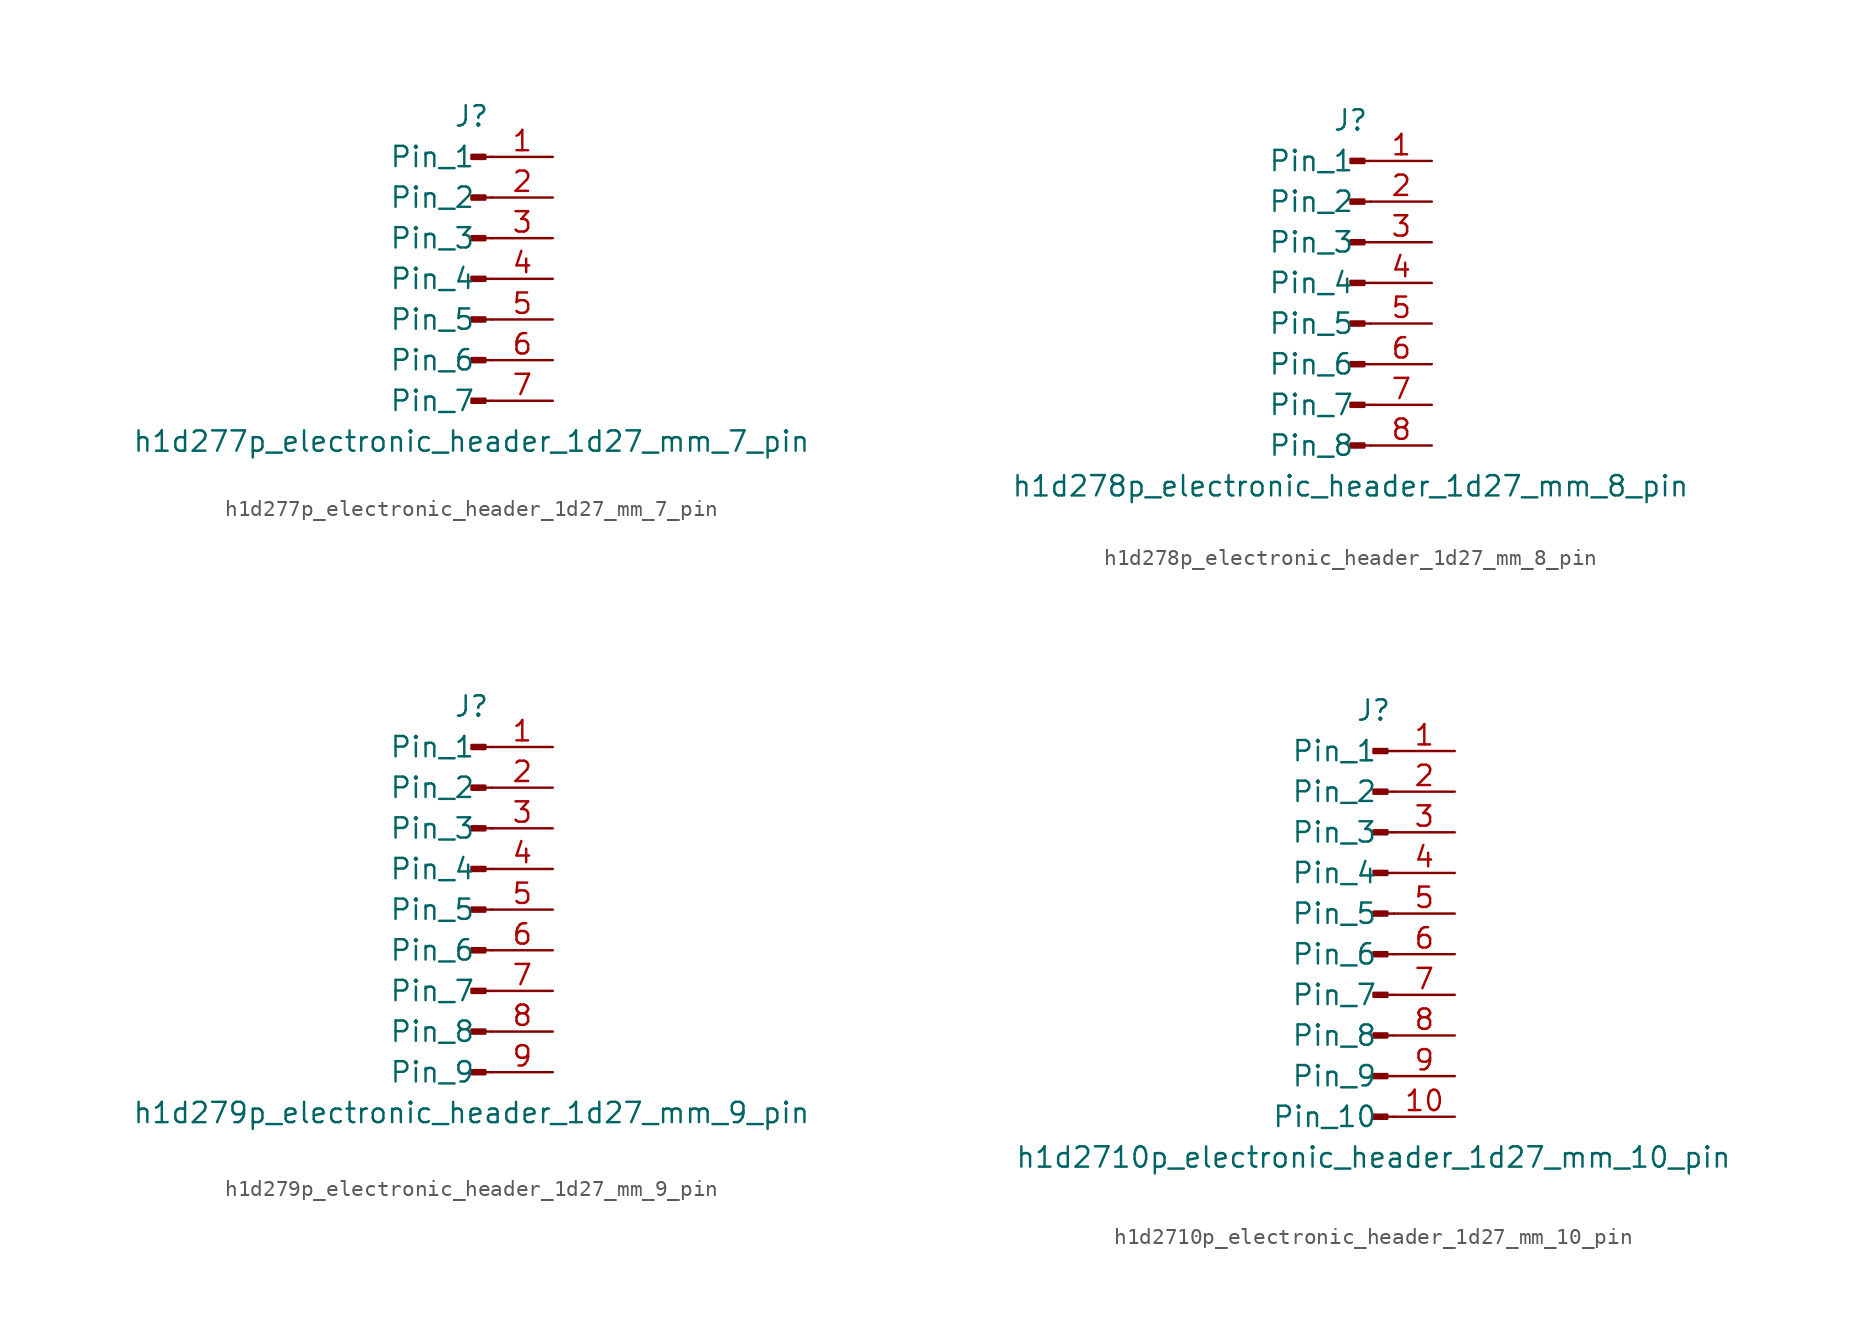
<source format=kicad_sym>
(kicad_symbol_lib
  (version 20220914)
  (generator kicad_symbol_editor)
  (symbol "h1d277p_electronic_header_1d27_mm_7_pin"
    (pin_names
      (offset 1.016))
    (property "Reference" "J"
      (at 0 10.16 0)
      (effects (font (size 1.27 1.27))))
    (property "Value" "h1d277p_electronic_header_1d27_mm_7_pin"
      (at 0 -10.16 0)
      (effects (font (size 1.27 1.27))))
    (property "ki_locked" ""
      (at 0 0 0)
      (effects (font (size 1.27 1.27))))
    (symbol "h1d277p_electronic_header_1d27_mm_7_pin_1_1"
      (polyline (pts (xy 1.27 -7.62) (xy 0.864 -7.62)) (stroke (width 0.152) (type default)) (fill (type none)))
      (polyline (pts (xy 1.27 -5.08) (xy 0.864 -5.08)) (stroke (width 0.152) (type default)) (fill (type none)))
      (polyline (pts (xy 1.27 -2.54) (xy 0.864 -2.54)) (stroke (width 0.152) (type default)) (fill (type none)))
      (polyline (pts (xy 1.27 0) (xy 0.864 0)) (stroke (width 0.152) (type default)) (fill (type none)))
      (polyline (pts (xy 1.27 2.54) (xy 0.864 2.54)) (stroke (width 0.152) (type default)) (fill (type none)))
      (polyline (pts (xy 1.27 5.08) (xy 0.864 5.08)) (stroke (width 0.152) (type default)) (fill (type none)))
      (polyline (pts (xy 1.27 7.62) (xy 0.864 7.62)) (stroke (width 0.152) (type default)) (fill (type none)))
      (rectangle (start 0.864 -7.493) (end 0 -7.747) (stroke (width 0.152) (type default)) (fill (type outline)))
      (rectangle (start 0.864 -4.953) (end 0 -5.207) (stroke (width 0.152) (type default)) (fill (type outline)))
      (rectangle (start 0.864 -2.413) (end 0 -2.667) (stroke (width 0.152) (type default)) (fill (type outline)))
      (rectangle (start 0.864 0.127) (end 0 -0.127) (stroke (width 0.152) (type default)) (fill (type outline)))
      (rectangle (start 0.864 2.667) (end 0 2.413) (stroke (width 0.152) (type default)) (fill (type outline)))
      (rectangle (start 0.864 5.207) (end 0 4.953) (stroke (width 0.152) (type default)) (fill (type outline)))
      (rectangle (start 0.864 7.747) (end 0 7.493) (stroke (width 0.152) (type default)) (fill (type outline)))
      (pin passive line (at 5.08 7.62 180) (length 3.81) (name "Pin_1" (effects (font (size 1.27 1.27)))) (number "1" (effects (font (size 1.27 1.27)))))
      (pin passive line (at 5.08 5.08 180) (length 3.81) (name "Pin_2" (effects (font (size 1.27 1.27)))) (number "2" (effects (font (size 1.27 1.27)))))
      (pin passive line (at 5.08 2.54 180) (length 3.81) (name "Pin_3" (effects (font (size 1.27 1.27)))) (number "3" (effects (font (size 1.27 1.27)))))
      (pin passive line (at 5.08 0 180) (length 3.81) (name "Pin_4" (effects (font (size 1.27 1.27)))) (number "4" (effects (font (size 1.27 1.27)))))
      (pin passive line (at 5.08 -2.54 180) (length 3.81) (name "Pin_5" (effects (font (size 1.27 1.27)))) (number "5" (effects (font (size 1.27 1.27)))))
      (pin passive line (at 5.08 -5.08 180) (length 3.81) (name "Pin_6" (effects (font (size 1.27 1.27)))) (number "6" (effects (font (size 1.27 1.27)))))
      (pin passive line (at 5.08 -7.62 180) (length 3.81) (name "Pin_7" (effects (font (size 1.27 1.27)))) (number "7" (effects (font (size 1.27 1.27)))))))
  (symbol "h1d278p_electronic_header_1d27_mm_8_pin"
    (pin_names
      (offset 1.016))
    (property "Reference" "J"
      (at 0 10.16 0)
      (effects (font (size 1.27 1.27))))
    (property "Value" "h1d278p_electronic_header_1d27_mm_8_pin"
      (at 0 -12.7 0)
      (effects (font (size 1.27 1.27))))
    (property "ki_locked" ""
      (at 0 0 0)
      (effects (font (size 1.27 1.27))))
    (symbol "h1d278p_electronic_header_1d27_mm_8_pin_1_1"
      (polyline (pts (xy 1.27 -10.16) (xy 0.864 -10.16)) (stroke (width 0.152) (type default)) (fill (type none)))
      (polyline (pts (xy 1.27 -7.62) (xy 0.864 -7.62)) (stroke (width 0.152) (type default)) (fill (type none)))
      (polyline (pts (xy 1.27 -5.08) (xy 0.864 -5.08)) (stroke (width 0.152) (type default)) (fill (type none)))
      (polyline (pts (xy 1.27 -2.54) (xy 0.864 -2.54)) (stroke (width 0.152) (type default)) (fill (type none)))
      (polyline (pts (xy 1.27 0) (xy 0.864 0)) (stroke (width 0.152) (type default)) (fill (type none)))
      (polyline (pts (xy 1.27 2.54) (xy 0.864 2.54)) (stroke (width 0.152) (type default)) (fill (type none)))
      (polyline (pts (xy 1.27 5.08) (xy 0.864 5.08)) (stroke (width 0.152) (type default)) (fill (type none)))
      (polyline (pts (xy 1.27 7.62) (xy 0.864 7.62)) (stroke (width 0.152) (type default)) (fill (type none)))
      (rectangle (start 0.864 -10.033) (end 0 -10.287) (stroke (width 0.152) (type default)) (fill (type outline)))
      (rectangle (start 0.864 -7.493) (end 0 -7.747) (stroke (width 0.152) (type default)) (fill (type outline)))
      (rectangle (start 0.864 -4.953) (end 0 -5.207) (stroke (width 0.152) (type default)) (fill (type outline)))
      (rectangle (start 0.864 -2.413) (end 0 -2.667) (stroke (width 0.152) (type default)) (fill (type outline)))
      (rectangle (start 0.864 0.127) (end 0 -0.127) (stroke (width 0.152) (type default)) (fill (type outline)))
      (rectangle (start 0.864 2.667) (end 0 2.413) (stroke (width 0.152) (type default)) (fill (type outline)))
      (rectangle (start 0.864 5.207) (end 0 4.953) (stroke (width 0.152) (type default)) (fill (type outline)))
      (rectangle (start 0.864 7.747) (end 0 7.493) (stroke (width 0.152) (type default)) (fill (type outline)))
      (pin passive line (at 5.08 7.62 180) (length 3.81) (name "Pin_1" (effects (font (size 1.27 1.27)))) (number "1" (effects (font (size 1.27 1.27)))))
      (pin passive line (at 5.08 5.08 180) (length 3.81) (name "Pin_2" (effects (font (size 1.27 1.27)))) (number "2" (effects (font (size 1.27 1.27)))))
      (pin passive line (at 5.08 2.54 180) (length 3.81) (name "Pin_3" (effects (font (size 1.27 1.27)))) (number "3" (effects (font (size 1.27 1.27)))))
      (pin passive line (at 5.08 0 180) (length 3.81) (name "Pin_4" (effects (font (size 1.27 1.27)))) (number "4" (effects (font (size 1.27 1.27)))))
      (pin passive line (at 5.08 -2.54 180) (length 3.81) (name "Pin_5" (effects (font (size 1.27 1.27)))) (number "5" (effects (font (size 1.27 1.27)))))
      (pin passive line (at 5.08 -5.08 180) (length 3.81) (name "Pin_6" (effects (font (size 1.27 1.27)))) (number "6" (effects (font (size 1.27 1.27)))))
      (pin passive line (at 5.08 -7.62 180) (length 3.81) (name "Pin_7" (effects (font (size 1.27 1.27)))) (number "7" (effects (font (size 1.27 1.27)))))
      (pin passive line (at 5.08 -10.16 180) (length 3.81) (name "Pin_8" (effects (font (size 1.27 1.27)))) (number "8" (effects (font (size 1.27 1.27)))))))
  (symbol "h1d279p_electronic_header_1d27_mm_9_pin"
    (pin_names
      (offset 1.016))
    (property "Reference" "J"
      (at 0 12.7 0)
      (effects (font (size 1.27 1.27))))
    (property "Value" "h1d279p_electronic_header_1d27_mm_9_pin"
      (at 0 -12.7 0)
      (effects (font (size 1.27 1.27))))
    (property "ki_locked" ""
      (at 0 0 0)
      (effects (font (size 1.27 1.27))))
    (symbol "h1d279p_electronic_header_1d27_mm_9_pin_1_1"
      (polyline (pts (xy 1.27 -10.16) (xy 0.864 -10.16)) (stroke (width 0.152) (type default)) (fill (type none)))
      (polyline (pts (xy 1.27 -7.62) (xy 0.864 -7.62)) (stroke (width 0.152) (type default)) (fill (type none)))
      (polyline (pts (xy 1.27 -5.08) (xy 0.864 -5.08)) (stroke (width 0.152) (type default)) (fill (type none)))
      (polyline (pts (xy 1.27 -2.54) (xy 0.864 -2.54)) (stroke (width 0.152) (type default)) (fill (type none)))
      (polyline (pts (xy 1.27 0) (xy 0.864 0)) (stroke (width 0.152) (type default)) (fill (type none)))
      (polyline (pts (xy 1.27 2.54) (xy 0.864 2.54)) (stroke (width 0.152) (type default)) (fill (type none)))
      (polyline (pts (xy 1.27 5.08) (xy 0.864 5.08)) (stroke (width 0.152) (type default)) (fill (type none)))
      (polyline (pts (xy 1.27 7.62) (xy 0.864 7.62)) (stroke (width 0.152) (type default)) (fill (type none)))
      (polyline (pts (xy 1.27 10.16) (xy 0.864 10.16)) (stroke (width 0.152) (type default)) (fill (type none)))
      (rectangle (start 0.864 -10.033) (end 0 -10.287) (stroke (width 0.152) (type default)) (fill (type outline)))
      (rectangle (start 0.864 -7.493) (end 0 -7.747) (stroke (width 0.152) (type default)) (fill (type outline)))
      (rectangle (start 0.864 -4.953) (end 0 -5.207) (stroke (width 0.152) (type default)) (fill (type outline)))
      (rectangle (start 0.864 -2.413) (end 0 -2.667) (stroke (width 0.152) (type default)) (fill (type outline)))
      (rectangle (start 0.864 0.127) (end 0 -0.127) (stroke (width 0.152) (type default)) (fill (type outline)))
      (rectangle (start 0.864 2.667) (end 0 2.413) (stroke (width 0.152) (type default)) (fill (type outline)))
      (rectangle (start 0.864 5.207) (end 0 4.953) (stroke (width 0.152) (type default)) (fill (type outline)))
      (rectangle (start 0.864 7.747) (end 0 7.493) (stroke (width 0.152) (type default)) (fill (type outline)))
      (rectangle (start 0.864 10.287) (end 0 10.033) (stroke (width 0.152) (type default)) (fill (type outline)))
      (pin passive line (at 5.08 10.16 180) (length 3.81) (name "Pin_1" (effects (font (size 1.27 1.27)))) (number "1" (effects (font (size 1.27 1.27)))))
      (pin passive line (at 5.08 7.62 180) (length 3.81) (name "Pin_2" (effects (font (size 1.27 1.27)))) (number "2" (effects (font (size 1.27 1.27)))))
      (pin passive line (at 5.08 5.08 180) (length 3.81) (name "Pin_3" (effects (font (size 1.27 1.27)))) (number "3" (effects (font (size 1.27 1.27)))))
      (pin passive line (at 5.08 2.54 180) (length 3.81) (name "Pin_4" (effects (font (size 1.27 1.27)))) (number "4" (effects (font (size 1.27 1.27)))))
      (pin passive line (at 5.08 0 180) (length 3.81) (name "Pin_5" (effects (font (size 1.27 1.27)))) (number "5" (effects (font (size 1.27 1.27)))))
      (pin passive line (at 5.08 -2.54 180) (length 3.81) (name "Pin_6" (effects (font (size 1.27 1.27)))) (number "6" (effects (font (size 1.27 1.27)))))
      (pin passive line (at 5.08 -5.08 180) (length 3.81) (name "Pin_7" (effects (font (size 1.27 1.27)))) (number "7" (effects (font (size 1.27 1.27)))))
      (pin passive line (at 5.08 -7.62 180) (length 3.81) (name "Pin_8" (effects (font (size 1.27 1.27)))) (number "8" (effects (font (size 1.27 1.27)))))
      (pin passive line (at 5.08 -10.16 180) (length 3.81) (name "Pin_9" (effects (font (size 1.27 1.27)))) (number "9" (effects (font (size 1.27 1.27)))))))
  (symbol "h1d2710p_electronic_header_1d27_mm_10_pin"
    (pin_names
      (offset 1.016))
    (property "Reference" "J"
      (at 0 12.7 0)
      (effects (font (size 1.27 1.27))))
    (property "Value" "h1d2710p_electronic_header_1d27_mm_10_pin"
      (at 0 -15.24 0)
      (effects (font (size 1.27 1.27))))
    (property "ki_locked" ""
      (at 0 0 0)
      (effects (font (size 1.27 1.27))))
    (symbol "h1d2710p_electronic_header_1d27_mm_10_pin_1_1"
      (polyline (pts (xy 1.27 -12.7) (xy 0.864 -12.7)) (stroke (width 0.152) (type default)) (fill (type none)))
      (polyline (pts (xy 1.27 -10.16) (xy 0.864 -10.16)) (stroke (width 0.152) (type default)) (fill (type none)))
      (polyline (pts (xy 1.27 -7.62) (xy 0.864 -7.62)) (stroke (width 0.152) (type default)) (fill (type none)))
      (polyline (pts (xy 1.27 -5.08) (xy 0.864 -5.08)) (stroke (width 0.152) (type default)) (fill (type none)))
      (polyline (pts (xy 1.27 -2.54) (xy 0.864 -2.54)) (stroke (width 0.152) (type default)) (fill (type none)))
      (polyline (pts (xy 1.27 0) (xy 0.864 0)) (stroke (width 0.152) (type default)) (fill (type none)))
      (polyline (pts (xy 1.27 2.54) (xy 0.864 2.54)) (stroke (width 0.152) (type default)) (fill (type none)))
      (polyline (pts (xy 1.27 5.08) (xy 0.864 5.08)) (stroke (width 0.152) (type default)) (fill (type none)))
      (polyline (pts (xy 1.27 7.62) (xy 0.864 7.62)) (stroke (width 0.152) (type default)) (fill (type none)))
      (polyline (pts (xy 1.27 10.16) (xy 0.864 10.16)) (stroke (width 0.152) (type default)) (fill (type none)))
      (rectangle (start 0.864 -12.573) (end 0 -12.827) (stroke (width 0.152) (type default)) (fill (type outline)))
      (rectangle (start 0.864 -10.033) (end 0 -10.287) (stroke (width 0.152) (type default)) (fill (type outline)))
      (rectangle (start 0.864 -7.493) (end 0 -7.747) (stroke (width 0.152) (type default)) (fill (type outline)))
      (rectangle (start 0.864 -4.953) (end 0 -5.207) (stroke (width 0.152) (type default)) (fill (type outline)))
      (rectangle (start 0.864 -2.413) (end 0 -2.667) (stroke (width 0.152) (type default)) (fill (type outline)))
      (rectangle (start 0.864 0.127) (end 0 -0.127) (stroke (width 0.152) (type default)) (fill (type outline)))
      (rectangle (start 0.864 2.667) (end 0 2.413) (stroke (width 0.152) (type default)) (fill (type outline)))
      (rectangle (start 0.864 5.207) (end 0 4.953) (stroke (width 0.152) (type default)) (fill (type outline)))
      (rectangle (start 0.864 7.747) (end 0 7.493) (stroke (width 0.152) (type default)) (fill (type outline)))
      (rectangle (start 0.864 10.287) (end 0 10.033) (stroke (width 0.152) (type default)) (fill (type outline)))
      (pin passive line (at 5.08 10.16 180) (length 3.81) (name "Pin_1" (effects (font (size 1.27 1.27)))) (number "1" (effects (font (size 1.27 1.27)))))
      (pin passive line (at 5.08 -12.7 180) (length 3.81) (name "Pin_10" (effects (font (size 1.27 1.27)))) (number "10" (effects (font (size 1.27 1.27)))))
      (pin passive line (at 5.08 7.62 180) (length 3.81) (name "Pin_2" (effects (font (size 1.27 1.27)))) (number "2" (effects (font (size 1.27 1.27)))))
      (pin passive line (at 5.08 5.08 180) (length 3.81) (name "Pin_3" (effects (font (size 1.27 1.27)))) (number "3" (effects (font (size 1.27 1.27)))))
      (pin passive line (at 5.08 2.54 180) (length 3.81) (name "Pin_4" (effects (font (size 1.27 1.27)))) (number "4" (effects (font (size 1.27 1.27)))))
      (pin passive line (at 5.08 0 180) (length 3.81) (name "Pin_5" (effects (font (size 1.27 1.27)))) (number "5" (effects (font (size 1.27 1.27)))))
      (pin passive line (at 5.08 -2.54 180) (length 3.81) (name "Pin_6" (effects (font (size 1.27 1.27)))) (number "6" (effects (font (size 1.27 1.27)))))
      (pin passive line (at 5.08 -5.08 180) (length 3.81) (name "Pin_7" (effects (font (size 1.27 1.27)))) (number "7" (effects (font (size 1.27 1.27)))))
      (pin passive line (at 5.08 -7.62 180) (length 3.81) (name "Pin_8" (effects (font (size 1.27 1.27)))) (number "8" (effects (font (size 1.27 1.27)))))
      (pin passive line (at 5.08 -10.16 180) (length 3.81) (name "Pin_9" (effects (font (size 1.27 1.27)))) (number "9" (effects (font (size 1.27 1.27))))))))
</source>
